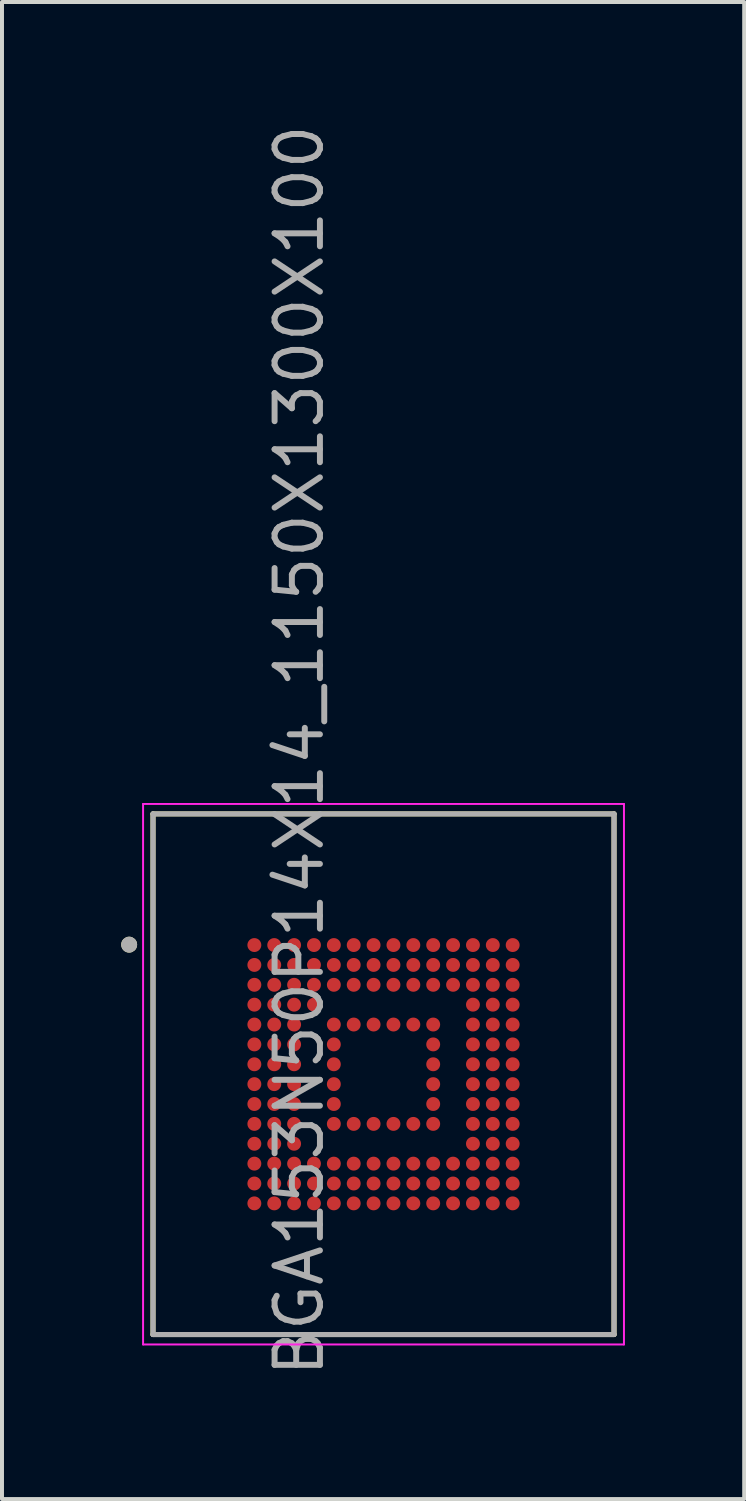
<source format=kicad_pcb>
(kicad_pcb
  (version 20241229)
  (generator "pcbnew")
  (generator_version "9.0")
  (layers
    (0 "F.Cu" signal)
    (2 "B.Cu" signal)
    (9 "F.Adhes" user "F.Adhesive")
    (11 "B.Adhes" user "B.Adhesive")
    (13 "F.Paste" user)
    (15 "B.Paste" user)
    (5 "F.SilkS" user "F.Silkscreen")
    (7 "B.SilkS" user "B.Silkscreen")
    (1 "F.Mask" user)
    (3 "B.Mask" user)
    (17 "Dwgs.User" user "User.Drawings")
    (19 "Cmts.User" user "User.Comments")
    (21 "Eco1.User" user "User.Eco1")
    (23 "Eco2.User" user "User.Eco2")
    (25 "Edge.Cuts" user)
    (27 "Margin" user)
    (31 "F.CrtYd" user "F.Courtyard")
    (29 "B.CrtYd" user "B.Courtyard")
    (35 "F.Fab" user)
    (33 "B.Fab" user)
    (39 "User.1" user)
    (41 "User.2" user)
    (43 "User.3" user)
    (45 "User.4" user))
  (footprint "BGA153N50P14X14_1150X1300X100"
    (layer "F.Cu")
    (at 6.6 23.979)
    (property "Reference" "BGA153N50P14X14_1150X1300X100" (at -2.12 -8.145 90) (layer "F.Fab") (effects (font (size 1.141 1.141) (thickness 0.15))))
    (attr smd)
    (fp_line (start -5.8 6.55) (end -5.8 -6.55) (stroke (width 0.127) (type solid)) (layer "F.SilkS"))
    (fp_line (start 5.8 -6.55) (end -5.8 -6.55) (stroke (width 0.127) (type solid)) (layer "F.SilkS"))
    (fp_line (start 5.8 6.55) (end -5.8 6.55) (stroke (width 0.127) (type solid)) (layer "F.SilkS"))
    (fp_line (start 5.8 6.55) (end 5.8 -6.55) (stroke (width 0.127) (type solid)) (layer "F.SilkS"))
    (fp_circle (center -6.4 -3.26) (end -6.3 -3.26) (stroke (width 0.2) (type solid)) (fill no) (layer "F.SilkS"))
    (fp_line (start -6.05 -6.8) (end 6.05 -6.8) (stroke (width 0.05) (type solid)) (layer "F.CrtYd"))
    (fp_line (start -6.05 6.8) (end -6.05 -6.8) (stroke (width 0.05) (type solid)) (layer "F.CrtYd"))
    (fp_line (start -6.05 6.8) (end 6.05 6.8) (stroke (width 0.05) (type solid)) (layer "F.CrtYd"))
    (fp_line (start 6.05 6.8) (end 6.05 -6.8) (stroke (width 0.05) (type solid)) (layer "F.CrtYd"))
    (fp_line (start -5.8 6.55) (end -5.8 -6.55) (stroke (width 0.127) (type solid)) (layer "F.Fab"))
    (fp_line (start 5.8 -6.55) (end -5.8 -6.55) (stroke (width 0.127) (type solid)) (layer "F.Fab"))
    (fp_line (start 5.8 6.55) (end -5.8 6.55) (stroke (width 0.127) (type solid)) (layer "F.Fab"))
    (fp_line (start 5.8 6.55) (end 5.8 -6.55) (stroke (width 0.127) (type solid)) (layer "F.Fab"))
    (fp_circle (center -6.4 -3.26) (end -6.3 -3.26) (stroke (width 0.2) (type solid)) (fill no) (layer "F.Fab"))
    (pad "A1" smd circle (at -3.25 -3.25 180) (size 0.35 0.35) (layers "F.Cu" "F.Mask" "F.Paste"))
    (pad "A2" smd circle (at -2.75 -3.25 180) (size 0.35 0.35) (layers "F.Cu" "F.Mask" "F.Paste"))
    (pad "A3" smd circle (at -2.25 -3.25 180) (size 0.35 0.35) (layers "F.Cu" "F.Mask" "F.Paste"))
    (pad "A4" smd circle (at -1.75 -3.25 180) (size 0.35 0.35) (layers "F.Cu" "F.Mask" "F.Paste"))
    (pad "A5" smd circle (at -1.25 -3.25 180) (size 0.35 0.35) (layers "F.Cu" "F.Mask" "F.Paste"))
    (pad "A6" smd circle (at -0.75 -3.25 180) (size 0.35 0.35) (layers "F.Cu" "F.Mask" "F.Paste"))
    (pad "A7" smd circle (at -0.25 -3.25 180) (size 0.35 0.35) (layers "F.Cu" "F.Mask" "F.Paste"))
    (pad "A8" smd circle (at 0.25 -3.25 180) (size 0.35 0.35) (layers "F.Cu" "F.Mask" "F.Paste"))
    (pad "A9" smd circle (at 0.75 -3.25 180) (size 0.35 0.35) (layers "F.Cu" "F.Mask" "F.Paste"))
    (pad "A10" smd circle (at 1.25 -3.25 180) (size 0.35 0.35) (layers "F.Cu" "F.Mask" "F.Paste"))
    (pad "A11" smd circle (at 1.75 -3.25 180) (size 0.35 0.35) (layers "F.Cu" "F.Mask" "F.Paste"))
    (pad "A12" smd circle (at 2.25 -3.25 180) (size 0.35 0.35) (layers "F.Cu" "F.Mask" "F.Paste"))
    (pad "A13" smd circle (at 2.75 -3.25 180) (size 0.35 0.35) (layers "F.Cu" "F.Mask" "F.Paste"))
    (pad "A14" smd circle (at 3.25 -3.25 180) (size 0.35 0.35) (layers "F.Cu" "F.Mask" "F.Paste"))
    (pad "B1" smd circle (at -3.25 -2.75 180) (size 0.35 0.35) (layers "F.Cu" "F.Mask" "F.Paste"))
    (pad "B2" smd circle (at -2.75 -2.75 180) (size 0.35 0.35) (layers "F.Cu" "F.Mask" "F.Paste"))
    (pad "B3" smd circle (at -2.25 -2.75 180) (size 0.35 0.35) (layers "F.Cu" "F.Mask" "F.Paste"))
    (pad "B4" smd circle (at -1.75 -2.75 180) (size 0.35 0.35) (layers "F.Cu" "F.Mask" "F.Paste"))
    (pad "B5" smd circle (at -1.25 -2.75 180) (size 0.35 0.35) (layers "F.Cu" "F.Mask" "F.Paste"))
    (pad "B6" smd circle (at -0.75 -2.75 180) (size 0.35 0.35) (layers "F.Cu" "F.Mask" "F.Paste"))
    (pad "B7" smd circle (at -0.25 -2.75 180) (size 0.35 0.35) (layers "F.Cu" "F.Mask" "F.Paste"))
    (pad "B8" smd circle (at 0.25 -2.75 180) (size 0.35 0.35) (layers "F.Cu" "F.Mask" "F.Paste"))
    (pad "B9" smd circle (at 0.75 -2.75 180) (size 0.35 0.35) (layers "F.Cu" "F.Mask" "F.Paste"))
    (pad "B10" smd circle (at 1.25 -2.75 180) (size 0.35 0.35) (layers "F.Cu" "F.Mask" "F.Paste"))
    (pad "B11" smd circle (at 1.75 -2.75 180) (size 0.35 0.35) (layers "F.Cu" "F.Mask" "F.Paste"))
    (pad "B12" smd circle (at 2.25 -2.75 180) (size 0.35 0.35) (layers "F.Cu" "F.Mask" "F.Paste"))
    (pad "B13" smd circle (at 2.75 -2.75 180) (size 0.35 0.35) (layers "F.Cu" "F.Mask" "F.Paste"))
    (pad "B14" smd circle (at 3.25 -2.75 180) (size 0.35 0.35) (layers "F.Cu" "F.Mask" "F.Paste"))
    (pad "C1" smd circle (at -3.25 -2.25 180) (size 0.35 0.35) (layers "F.Cu" "F.Mask" "F.Paste"))
    (pad "C2" smd circle (at -2.75 -2.25 180) (size 0.35 0.35) (layers "F.Cu" "F.Mask" "F.Paste"))
    (pad "C3" smd circle (at -2.25 -2.25 180) (size 0.35 0.35) (layers "F.Cu" "F.Mask" "F.Paste"))
    (pad "C4" smd circle (at -1.75 -2.25 180) (size 0.35 0.35) (layers "F.Cu" "F.Mask" "F.Paste"))
    (pad "C5" smd circle (at -1.25 -2.25 180) (size 0.35 0.35) (layers "F.Cu" "F.Mask" "F.Paste"))
    (pad "C6" smd circle (at -0.75 -2.25 180) (size 0.35 0.35) (layers "F.Cu" "F.Mask" "F.Paste"))
    (pad "C7" smd circle (at -0.25 -2.25 180) (size 0.35 0.35) (layers "F.Cu" "F.Mask" "F.Paste"))
    (pad "C8" smd circle (at 0.25 -2.25 180) (size 0.35 0.35) (layers "F.Cu" "F.Mask" "F.Paste"))
    (pad "C9" smd circle (at 0.75 -2.25 180) (size 0.35 0.35) (layers "F.Cu" "F.Mask" "F.Paste"))
    (pad "C10" smd circle (at 1.25 -2.25 180) (size 0.35 0.35) (layers "F.Cu" "F.Mask" "F.Paste"))
    (pad "C11" smd circle (at 1.75 -2.25 180) (size 0.35 0.35) (layers "F.Cu" "F.Mask" "F.Paste"))
    (pad "C12" smd circle (at 2.25 -2.25 180) (size 0.35 0.35) (layers "F.Cu" "F.Mask" "F.Paste"))
    (pad "C13" smd circle (at 2.75 -2.25 180) (size 0.35 0.35) (layers "F.Cu" "F.Mask" "F.Paste"))
    (pad "C14" smd circle (at 3.25 -2.25 180) (size 0.35 0.35) (layers "F.Cu" "F.Mask" "F.Paste"))
    (pad "D1" smd circle (at -3.25 -1.75 180) (size 0.35 0.35) (layers "F.Cu" "F.Mask" "F.Paste"))
    (pad "D2" smd circle (at -2.75 -1.75 180) (size 0.35 0.35) (layers "F.Cu" "F.Mask" "F.Paste"))
    (pad "D3" smd circle (at -2.25 -1.75 180) (size 0.35 0.35) (layers "F.Cu" "F.Mask" "F.Paste"))
    (pad "D4" smd circle (at -1.75 -1.75 180) (size 0.35 0.35) (layers "F.Cu" "F.Mask" "F.Paste"))
    (pad "D12" smd circle (at 2.25 -1.75 180) (size 0.35 0.35) (layers "F.Cu" "F.Mask" "F.Paste"))
    (pad "D13" smd circle (at 2.75 -1.75 180) (size 0.35 0.35) (layers "F.Cu" "F.Mask" "F.Paste"))
    (pad "D14" smd circle (at 3.25 -1.75 180) (size 0.35 0.35) (layers "F.Cu" "F.Mask" "F.Paste"))
    (pad "E1" smd circle (at -3.25 -1.25 180) (size 0.35 0.35) (layers "F.Cu" "F.Mask" "F.Paste"))
    (pad "E2" smd circle (at -2.75 -1.25 180) (size 0.35 0.35) (layers "F.Cu" "F.Mask" "F.Paste"))
    (pad "E3" smd circle (at -2.25 -1.25 180) (size 0.35 0.35) (layers "F.Cu" "F.Mask" "F.Paste"))
    (pad "E5" smd circle (at -1.25 -1.25 180) (size 0.35 0.35) (layers "F.Cu" "F.Mask" "F.Paste"))
    (pad "E6" smd circle (at -0.75 -1.25 180) (size 0.35 0.35) (layers "F.Cu" "F.Mask" "F.Paste"))
    (pad "E7" smd circle (at -0.25 -1.25 180) (size 0.35 0.35) (layers "F.Cu" "F.Mask" "F.Paste"))
    (pad "E8" smd circle (at 0.25 -1.25 180) (size 0.35 0.35) (layers "F.Cu" "F.Mask" "F.Paste"))
    (pad "E9" smd circle (at 0.75 -1.25 180) (size 0.35 0.35) (layers "F.Cu" "F.Mask" "F.Paste"))
    (pad "E10" smd circle (at 1.25 -1.25 180) (size 0.35 0.35) (layers "F.Cu" "F.Mask" "F.Paste"))
    (pad "E12" smd circle (at 2.25 -1.25 180) (size 0.35 0.35) (layers "F.Cu" "F.Mask" "F.Paste"))
    (pad "E13" smd circle (at 2.75 -1.25 180) (size 0.35 0.35) (layers "F.Cu" "F.Mask" "F.Paste"))
    (pad "E14" smd circle (at 3.25 -1.25 180) (size 0.35 0.35) (layers "F.Cu" "F.Mask" "F.Paste"))
    (pad "F1" smd circle (at -3.25 -0.75 180) (size 0.35 0.35) (layers "F.Cu" "F.Mask" "F.Paste"))
    (pad "F2" smd circle (at -2.75 -0.75 180) (size 0.35 0.35) (layers "F.Cu" "F.Mask" "F.Paste"))
    (pad "F3" smd circle (at -2.25 -0.75 180) (size 0.35 0.35) (layers "F.Cu" "F.Mask" "F.Paste"))
    (pad "F5" smd circle (at -1.25 -0.75 180) (size 0.35 0.35) (layers "F.Cu" "F.Mask" "F.Paste"))
    (pad "F10" smd circle (at 1.25 -0.75 180) (size 0.35 0.35) (layers "F.Cu" "F.Mask" "F.Paste"))
    (pad "F12" smd circle (at 2.25 -0.75 180) (size 0.35 0.35) (layers "F.Cu" "F.Mask" "F.Paste"))
    (pad "F13" smd circle (at 2.75 -0.75 180) (size 0.35 0.35) (layers "F.Cu" "F.Mask" "F.Paste"))
    (pad "F14" smd circle (at 3.25 -0.75 180) (size 0.35 0.35) (layers "F.Cu" "F.Mask" "F.Paste"))
    (pad "G1" smd circle (at -3.25 -0.25 180) (size 0.35 0.35) (layers "F.Cu" "F.Mask" "F.Paste"))
    (pad "G2" smd circle (at -2.75 -0.25 180) (size 0.35 0.35) (layers "F.Cu" "F.Mask" "F.Paste"))
    (pad "G3" smd circle (at -2.25 -0.25 180) (size 0.35 0.35) (layers "F.Cu" "F.Mask" "F.Paste"))
    (pad "G5" smd circle (at -1.25 -0.25 180) (size 0.35 0.35) (layers "F.Cu" "F.Mask" "F.Paste"))
    (pad "G10" smd circle (at 1.25 -0.25 180) (size 0.35 0.35) (layers "F.Cu" "F.Mask" "F.Paste"))
    (pad "G12" smd circle (at 2.25 -0.25 180) (size 0.35 0.35) (layers "F.Cu" "F.Mask" "F.Paste"))
    (pad "G13" smd circle (at 2.75 -0.25 180) (size 0.35 0.35) (layers "F.Cu" "F.Mask" "F.Paste"))
    (pad "G14" smd circle (at 3.25 -0.25 180) (size 0.35 0.35) (layers "F.Cu" "F.Mask" "F.Paste"))
    (pad "H1" smd circle (at -3.25 0.25 180) (size 0.35 0.35) (layers "F.Cu" "F.Mask" "F.Paste"))
    (pad "H2" smd circle (at -2.75 0.25 180) (size 0.35 0.35) (layers "F.Cu" "F.Mask" "F.Paste"))
    (pad "H3" smd circle (at -2.25 0.25 180) (size 0.35 0.35) (layers "F.Cu" "F.Mask" "F.Paste"))
    (pad "H5" smd circle (at -1.25 0.25 180) (size 0.35 0.35) (layers "F.Cu" "F.Mask" "F.Paste"))
    (pad "H10" smd circle (at 1.25 0.25 180) (size 0.35 0.35) (layers "F.Cu" "F.Mask" "F.Paste"))
    (pad "H12" smd circle (at 2.25 0.25 180) (size 0.35 0.35) (layers "F.Cu" "F.Mask" "F.Paste"))
    (pad "H13" smd circle (at 2.75 0.25 180) (size 0.35 0.35) (layers "F.Cu" "F.Mask" "F.Paste"))
    (pad "H14" smd circle (at 3.25 0.25 180) (size 0.35 0.35) (layers "F.Cu" "F.Mask" "F.Paste"))
    (pad "J1" smd circle (at -3.25 0.75 180) (size 0.35 0.35) (layers "F.Cu" "F.Mask" "F.Paste"))
    (pad "J2" smd circle (at -2.75 0.75 180) (size 0.35 0.35) (layers "F.Cu" "F.Mask" "F.Paste"))
    (pad "J3" smd circle (at -2.25 0.75 180) (size 0.35 0.35) (layers "F.Cu" "F.Mask" "F.Paste"))
    (pad "J5" smd circle (at -1.25 0.75 180) (size 0.35 0.35) (layers "F.Cu" "F.Mask" "F.Paste"))
    (pad "J10" smd circle (at 1.25 0.75 180) (size 0.35 0.35) (layers "F.Cu" "F.Mask" "F.Paste"))
    (pad "J12" smd circle (at 2.25 0.75 180) (size 0.35 0.35) (layers "F.Cu" "F.Mask" "F.Paste"))
    (pad "J13" smd circle (at 2.75 0.75 180) (size 0.35 0.35) (layers "F.Cu" "F.Mask" "F.Paste"))
    (pad "J14" smd circle (at 3.25 0.75 180) (size 0.35 0.35) (layers "F.Cu" "F.Mask" "F.Paste"))
    (pad "K1" smd circle (at -3.25 1.25 180) (size 0.35 0.35) (layers "F.Cu" "F.Mask" "F.Paste"))
    (pad "K2" smd circle (at -2.75 1.25 180) (size 0.35 0.35) (layers "F.Cu" "F.Mask" "F.Paste"))
    (pad "K3" smd circle (at -2.25 1.25 180) (size 0.35 0.35) (layers "F.Cu" "F.Mask" "F.Paste"))
    (pad "K5" smd circle (at -1.25 1.25 180) (size 0.35 0.35) (layers "F.Cu" "F.Mask" "F.Paste"))
    (pad "K6" smd circle (at -0.75 1.25 180) (size 0.35 0.35) (layers "F.Cu" "F.Mask" "F.Paste"))
    (pad "K7" smd circle (at -0.25 1.25 180) (size 0.35 0.35) (layers "F.Cu" "F.Mask" "F.Paste"))
    (pad "K8" smd circle (at 0.25 1.25 180) (size 0.35 0.35) (layers "F.Cu" "F.Mask" "F.Paste"))
    (pad "K9" smd circle (at 0.75 1.25 180) (size 0.35 0.35) (layers "F.Cu" "F.Mask" "F.Paste"))
    (pad "K10" smd circle (at 1.25 1.25 180) (size 0.35 0.35) (layers "F.Cu" "F.Mask" "F.Paste"))
    (pad "K12" smd circle (at 2.25 1.25 180) (size 0.35 0.35) (layers "F.Cu" "F.Mask" "F.Paste"))
    (pad "K13" smd circle (at 2.75 1.25 180) (size 0.35 0.35) (layers "F.Cu" "F.Mask" "F.Paste"))
    (pad "K14" smd circle (at 3.25 1.25 180) (size 0.35 0.35) (layers "F.Cu" "F.Mask" "F.Paste"))
    (pad "L1" smd circle (at -3.25 1.75 180) (size 0.35 0.35) (layers "F.Cu" "F.Mask" "F.Paste"))
    (pad "L2" smd circle (at -2.75 1.75 180) (size 0.35 0.35) (layers "F.Cu" "F.Mask" "F.Paste"))
    (pad "L3" smd circle (at -2.25 1.75 180) (size 0.35 0.35) (layers "F.Cu" "F.Mask" "F.Paste"))
    (pad "L12" smd circle (at 2.25 1.75 180) (size 0.35 0.35) (layers "F.Cu" "F.Mask" "F.Paste"))
    (pad "L13" smd circle (at 2.75 1.75 180) (size 0.35 0.35) (layers "F.Cu" "F.Mask" "F.Paste"))
    (pad "L14" smd circle (at 3.25 1.75 180) (size 0.35 0.35) (layers "F.Cu" "F.Mask" "F.Paste"))
    (pad "M1" smd circle (at -3.25 2.25 180) (size 0.35 0.35) (layers "F.Cu" "F.Mask" "F.Paste"))
    (pad "M2" smd circle (at -2.75 2.25 180) (size 0.35 0.35) (layers "F.Cu" "F.Mask" "F.Paste"))
    (pad "M3" smd circle (at -2.25 2.25 180) (size 0.35 0.35) (layers "F.Cu" "F.Mask" "F.Paste"))
    (pad "M4" smd circle (at -1.75 2.25 180) (size 0.35 0.35) (layers "F.Cu" "F.Mask" "F.Paste"))
    (pad "M5" smd circle (at -1.25 2.25 180) (size 0.35 0.35) (layers "F.Cu" "F.Mask" "F.Paste"))
    (pad "M6" smd circle (at -0.75 2.25 180) (size 0.35 0.35) (layers "F.Cu" "F.Mask" "F.Paste"))
    (pad "M7" smd circle (at -0.25 2.25 180) (size 0.35 0.35) (layers "F.Cu" "F.Mask" "F.Paste"))
    (pad "M8" smd circle (at 0.25 2.25 180) (size 0.35 0.35) (layers "F.Cu" "F.Mask" "F.Paste"))
    (pad "M9" smd circle (at 0.75 2.25 180) (size 0.35 0.35) (layers "F.Cu" "F.Mask" "F.Paste"))
    (pad "M10" smd circle (at 1.25 2.25 180) (size 0.35 0.35) (layers "F.Cu" "F.Mask" "F.Paste"))
    (pad "M11" smd circle (at 1.75 2.25 180) (size 0.35 0.35) (layers "F.Cu" "F.Mask" "F.Paste"))
    (pad "M12" smd circle (at 2.25 2.25 180) (size 0.35 0.35) (layers "F.Cu" "F.Mask" "F.Paste"))
    (pad "M13" smd circle (at 2.75 2.25 180) (size 0.35 0.35) (layers "F.Cu" "F.Mask" "F.Paste"))
    (pad "M14" smd circle (at 3.25 2.25 180) (size 0.35 0.35) (layers "F.Cu" "F.Mask" "F.Paste"))
    (pad "N1" smd circle (at -3.25 2.75 180) (size 0.35 0.35) (layers "F.Cu" "F.Mask" "F.Paste"))
    (pad "N2" smd circle (at -2.75 2.75 180) (size 0.35 0.35) (layers "F.Cu" "F.Mask" "F.Paste"))
    (pad "N3" smd circle (at -2.25 2.75 180) (size 0.35 0.35) (layers "F.Cu" "F.Mask" "F.Paste"))
    (pad "N4" smd circle (at -1.75 2.75 180) (size 0.35 0.35) (layers "F.Cu" "F.Mask" "F.Paste"))
    (pad "N5" smd circle (at -1.25 2.75 180) (size 0.35 0.35) (layers "F.Cu" "F.Mask" "F.Paste"))
    (pad "N6" smd circle (at -0.75 2.75 180) (size 0.35 0.35) (layers "F.Cu" "F.Mask" "F.Paste"))
    (pad "N7" smd circle (at -0.25 2.75 180) (size 0.35 0.35) (layers "F.Cu" "F.Mask" "F.Paste"))
    (pad "N8" smd circle (at 0.25 2.75 180) (size 0.35 0.35) (layers "F.Cu" "F.Mask" "F.Paste"))
    (pad "N9" smd circle (at 0.75 2.75 180) (size 0.35 0.35) (layers "F.Cu" "F.Mask" "F.Paste"))
    (pad "N10" smd circle (at 1.25 2.75 180) (size 0.35 0.35) (layers "F.Cu" "F.Mask" "F.Paste"))
    (pad "N11" smd circle (at 1.75 2.75 180) (size 0.35 0.35) (layers "F.Cu" "F.Mask" "F.Paste"))
    (pad "N12" smd circle (at 2.25 2.75 180) (size 0.35 0.35) (layers "F.Cu" "F.Mask" "F.Paste"))
    (pad "N13" smd circle (at 2.75 2.75 180) (size 0.35 0.35) (layers "F.Cu" "F.Mask" "F.Paste"))
    (pad "N14" smd circle (at 3.25 2.75 180) (size 0.35 0.35) (layers "F.Cu" "F.Mask" "F.Paste"))
    (pad "P1" smd circle (at -3.25 3.25 180) (size 0.35 0.35) (layers "F.Cu" "F.Mask" "F.Paste"))
    (pad "P2" smd circle (at -2.75 3.25 180) (size 0.35 0.35) (layers "F.Cu" "F.Mask" "F.Paste"))
    (pad "P3" smd circle (at -2.25 3.25 180) (size 0.35 0.35) (layers "F.Cu" "F.Mask" "F.Paste"))
    (pad "P4" smd circle (at -1.75 3.25 180) (size 0.35 0.35) (layers "F.Cu" "F.Mask" "F.Paste"))
    (pad "P5" smd circle (at -1.25 3.25 180) (size 0.35 0.35) (layers "F.Cu" "F.Mask" "F.Paste"))
    (pad "P6" smd circle (at -0.75 3.25 180) (size 0.35 0.35) (layers "F.Cu" "F.Mask" "F.Paste"))
    (pad "P7" smd circle (at -0.25 3.25 180) (size 0.35 0.35) (layers "F.Cu" "F.Mask" "F.Paste"))
    (pad "P8" smd circle (at 0.25 3.25 180) (size 0.35 0.35) (layers "F.Cu" "F.Mask" "F.Paste"))
    (pad "P9" smd circle (at 0.75 3.25 180) (size 0.35 0.35) (layers "F.Cu" "F.Mask" "F.Paste"))
    (pad "P10" smd circle (at 1.25 3.25 180) (size 0.35 0.35) (layers "F.Cu" "F.Mask" "F.Paste"))
    (pad "P11" smd circle (at 1.75 3.25 180) (size 0.35 0.35) (layers "F.Cu" "F.Mask" "F.Paste"))
    (pad "P12" smd circle (at 2.25 3.25 180) (size 0.35 0.35) (layers "F.Cu" "F.Mask" "F.Paste"))
    (pad "P13" smd circle (at 2.75 3.25 180) (size 0.35 0.35) (layers "F.Cu" "F.Mask" "F.Paste"))
    (pad "P14" smd circle (at 3.25 3.25 180) (size 0.35 0.35) (layers "F.Cu" "F.Mask" "F.Paste")))
  (gr_rect
    (start -3 -3)
    (end 15.675 34.668)
    (stroke (width 0.1) (type default))
    (fill no)
    (layer "Edge.Cuts")))
</source>
